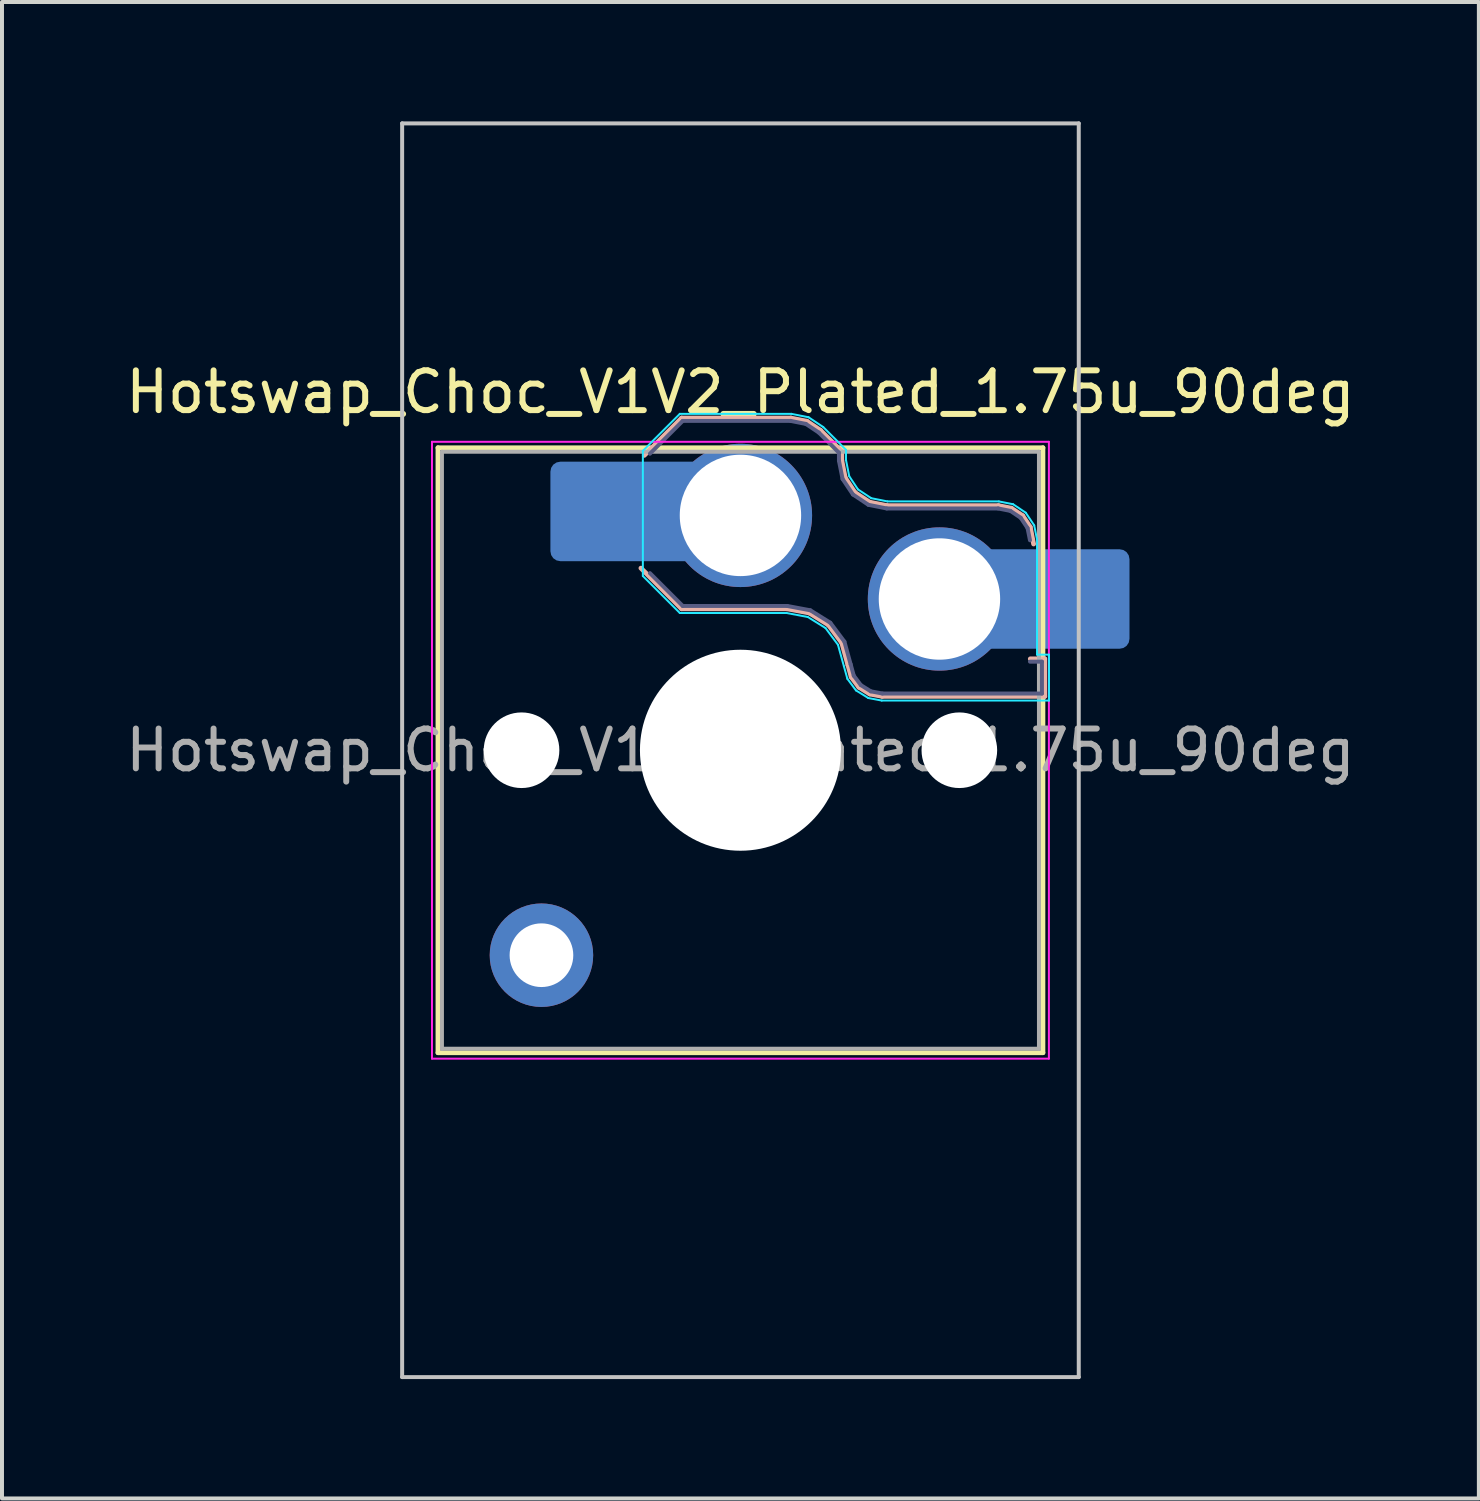
<source format=kicad_pcb>
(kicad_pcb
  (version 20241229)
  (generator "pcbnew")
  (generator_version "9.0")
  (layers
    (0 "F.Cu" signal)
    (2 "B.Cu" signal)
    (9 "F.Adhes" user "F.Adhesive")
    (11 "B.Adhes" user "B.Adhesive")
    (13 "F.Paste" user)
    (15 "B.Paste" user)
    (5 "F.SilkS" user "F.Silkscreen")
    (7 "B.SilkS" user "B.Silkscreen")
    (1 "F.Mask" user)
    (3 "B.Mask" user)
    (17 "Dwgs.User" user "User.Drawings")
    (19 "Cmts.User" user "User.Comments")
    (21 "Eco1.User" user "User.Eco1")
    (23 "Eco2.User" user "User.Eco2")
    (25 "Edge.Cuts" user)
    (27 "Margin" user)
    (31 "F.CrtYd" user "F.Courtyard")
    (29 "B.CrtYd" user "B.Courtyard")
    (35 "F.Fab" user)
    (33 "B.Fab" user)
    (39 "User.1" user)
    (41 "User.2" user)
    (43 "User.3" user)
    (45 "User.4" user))
  (footprint "Hotswap_Choc_V1V2_Plated_1.75u_90deg"
    (layer "F.Cu")
    (at 15.554 15.8)
    (property "Reference" "Hotswap_Choc_V1V2_Plated_1.75u_90deg" (at 0 -9 0) (layer "F.SilkS") (effects (font (size 1 1) (thickness 0.15))))
    (attr smd)
    (fp_line (start -7.6 -7.6) (end -7.6 7.6) (stroke (width 0.12) (type solid)) (layer "F.SilkS"))
    (fp_line (start -7.6 7.6) (end 7.6 7.6) (stroke (width 0.12) (type solid)) (layer "F.SilkS"))
    (fp_line (start 7.6 -7.6) (end -7.6 -7.6) (stroke (width 0.12) (type solid)) (layer "F.SilkS"))
    (fp_line (start 7.6 7.6) (end 7.6 -7.6) (stroke (width 0.12) (type solid)) (layer "F.SilkS"))
    (fp_line (start -2.416 -7.409) (end -1.479 -8.346) (stroke (width 0.12) (type solid)) (layer "B.SilkS"))
    (fp_line (start -1.479 -8.346) (end 1.268 -8.346) (stroke (width 0.12) (type solid)) (layer "B.SilkS"))
    (fp_line (start -1.479 -3.554) (end -2.5 -4.575) (stroke (width 0.12) (type solid)) (layer "B.SilkS"))
    (fp_line (start 1.168 -3.554) (end -1.479 -3.554) (stroke (width 0.12) (type solid)) (layer "B.SilkS"))
    (fp_line (start 1.268 -8.346) (end 1.671 -8.266) (stroke (width 0.12) (type solid)) (layer "B.SilkS"))
    (fp_line (start 1.671 -8.266) (end 2.013 -8.037) (stroke (width 0.12) (type solid)) (layer "B.SilkS"))
    (fp_line (start 1.73 -3.449) (end 1.168 -3.554) (stroke (width 0.12) (type solid)) (layer "B.SilkS"))
    (fp_line (start 2.013 -8.037) (end 2.546 -7.504) (stroke (width 0.12) (type solid)) (layer "B.SilkS"))
    (fp_line (start 2.209 -3.15) (end 1.73 -3.449) (stroke (width 0.12) (type solid)) (layer "B.SilkS"))
    (fp_line (start 2.546 -7.504) (end 2.546 -7.282) (stroke (width 0.12) (type solid)) (layer "B.SilkS"))
    (fp_line (start 2.546 -7.282) (end 2.633 -6.844) (stroke (width 0.12) (type solid)) (layer "B.SilkS"))
    (fp_line (start 2.547 -2.697) (end 2.209 -3.15) (stroke (width 0.12) (type solid)) (layer "B.SilkS"))
    (fp_line (start 2.633 -6.844) (end 2.877 -6.477) (stroke (width 0.12) (type solid)) (layer "B.SilkS"))
    (fp_line (start 2.701 -2.139) (end 2.547 -2.697) (stroke (width 0.12) (type solid)) (layer "B.SilkS"))
    (fp_line (start 2.783 -1.841) (end 2.701 -2.139) (stroke (width 0.12) (type solid)) (layer "B.SilkS"))
    (fp_line (start 2.877 -6.477) (end 3.244 -6.233) (stroke (width 0.12) (type solid)) (layer "B.SilkS"))
    (fp_line (start 2.976 -1.583) (end 2.783 -1.841) (stroke (width 0.12) (type solid)) (layer "B.SilkS"))
    (fp_line (start 3.244 -6.233) (end 3.682 -6.146) (stroke (width 0.12) (type solid)) (layer "B.SilkS"))
    (fp_line (start 3.25 -1.413) (end 2.976 -1.583) (stroke (width 0.12) (type solid)) (layer "B.SilkS"))
    (fp_line (start 3.56 -1.354) (end 3.25 -1.413) (stroke (width 0.12) (type solid)) (layer "B.SilkS"))
    (fp_line (start 3.682 -6.146) (end 6.482 -6.146) (stroke (width 0.12) (type solid)) (layer "B.SilkS"))
    (fp_line (start 6.482 -6.146) (end 6.809 -6.081) (stroke (width 0.12) (type solid)) (layer "B.SilkS"))
    (fp_line (start 6.809 -6.081) (end 7.092 -5.892) (stroke (width 0.12) (type solid)) (layer "B.SilkS"))
    (fp_line (start 7.092 -5.892) (end 7.281 -5.609) (stroke (width 0.12) (type solid)) (layer "B.SilkS"))
    (fp_line (start 7.281 -5.609) (end 7.366 -5.182) (stroke (width 0.12) (type solid)) (layer "B.SilkS"))
    (fp_line (start 7.283 -2.296) (end 7.646 -2.296) (stroke (width 0.12) (type solid)) (layer "B.SilkS"))
    (fp_line (start 7.646 -2.296) (end 7.646 -1.354) (stroke (width 0.12) (type solid)) (layer "B.SilkS"))
    (fp_line (start 7.646 -1.354) (end 3.56 -1.354) (stroke (width 0.12) (type solid)) (layer "B.SilkS"))
    (fp_line (start -8.5 -15.75) (end 8.5 -15.75) (stroke (width 0.1) (type solid)) (layer "Dwgs.User"))
    (fp_line (start -8.5 15.75) (end -8.5 -15.75) (stroke (width 0.1) (type solid)) (layer "Dwgs.User"))
    (fp_line (start 8.5 -15.75) (end 8.5 15.75) (stroke (width 0.1) (type solid)) (layer "Dwgs.User"))
    (fp_line (start 8.5 15.75) (end -8.5 15.75) (stroke (width 0.1) (type solid)) (layer "Dwgs.User"))
    (fp_line (start -7.25 -7.25) (end -7.25 7.25) (stroke (width 0.1) (type solid)) (layer "Eco1.User"))
    (fp_line (start -7.25 7.25) (end 7.25 7.25) (stroke (width 0.1) (type solid)) (layer "Eco1.User"))
    (fp_line (start 7.25 -7.25) (end -7.25 -7.25) (stroke (width 0.1) (type solid)) (layer "Eco1.User"))
    (fp_line (start 7.25 7.25) (end 7.25 -7.25) (stroke (width 0.1) (type solid)) (layer "Eco1.User"))
    (fp_line (start -2.452 -7.523) (end -1.523 -8.452) (stroke (width 0.05) (type solid)) (layer "B.CrtYd"))
    (fp_line (start -2.452 -4.377) (end -2.452 -7.523) (stroke (width 0.05) (type solid)) (layer "B.CrtYd"))
    (fp_line (start -1.523 -8.452) (end 1.278 -8.452) (stroke (width 0.05) (type solid)) (layer "B.CrtYd"))
    (fp_line (start -1.523 -3.448) (end -2.452 -4.377) (stroke (width 0.05) (type solid)) (layer "B.CrtYd"))
    (fp_line (start 1.159 -3.448) (end -1.523 -3.448) (stroke (width 0.05) (type solid)) (layer "B.CrtYd"))
    (fp_line (start 1.278 -8.452) (end 1.712 -8.366) (stroke (width 0.05) (type solid)) (layer "B.CrtYd"))
    (fp_line (start 1.691 -3.348) (end 1.159 -3.448) (stroke (width 0.05) (type solid)) (layer "B.CrtYd"))
    (fp_line (start 1.712 -8.366) (end 2.081 -8.119) (stroke (width 0.05) (type solid)) (layer "B.CrtYd"))
    (fp_line (start 2.081 -8.119) (end 2.652 -7.548) (stroke (width 0.05) (type solid)) (layer "B.CrtYd"))
    (fp_line (start 2.136 -3.071) (end 1.691 -3.348) (stroke (width 0.05) (type solid)) (layer "B.CrtYd"))
    (fp_line (start 2.45 -2.65) (end 2.136 -3.071) (stroke (width 0.05) (type solid)) (layer "B.CrtYd"))
    (fp_line (start 2.599 -2.111) (end 2.45 -2.65) (stroke (width 0.05) (type solid)) (layer "B.CrtYd"))
    (fp_line (start 2.652 -7.548) (end 2.652 -7.292) (stroke (width 0.05) (type solid)) (layer "B.CrtYd"))
    (fp_line (start 2.652 -7.292) (end 2.733 -6.885) (stroke (width 0.05) (type solid)) (layer "B.CrtYd"))
    (fp_line (start 2.687 -1.794) (end 2.599 -2.111) (stroke (width 0.05) (type solid)) (layer "B.CrtYd"))
    (fp_line (start 2.733 -6.885) (end 2.953 -6.553) (stroke (width 0.05) (type solid)) (layer "B.CrtYd"))
    (fp_line (start 2.903 -1.503) (end 2.687 -1.794) (stroke (width 0.05) (type solid)) (layer "B.CrtYd"))
    (fp_line (start 2.953 -6.553) (end 3.285 -6.333) (stroke (width 0.05) (type solid)) (layer "B.CrtYd"))
    (fp_line (start 3.211 -1.312) (end 2.903 -1.503) (stroke (width 0.05) (type solid)) (layer "B.CrtYd"))
    (fp_line (start 3.285 -6.333) (end 3.692 -6.252) (stroke (width 0.05) (type solid)) (layer "B.CrtYd"))
    (fp_line (start 3.55 -1.248) (end 3.211 -1.312) (stroke (width 0.05) (type solid)) (layer "B.CrtYd"))
    (fp_line (start 3.692 -6.252) (end 6.492 -6.252) (stroke (width 0.05) (type solid)) (layer "B.CrtYd"))
    (fp_line (start 6.492 -6.252) (end 6.85 -6.181) (stroke (width 0.05) (type solid)) (layer "B.CrtYd"))
    (fp_line (start 6.85 -6.181) (end 7.168 -5.968) (stroke (width 0.05) (type solid)) (layer "B.CrtYd"))
    (fp_line (start 7.168 -5.968) (end 7.381 -5.65) (stroke (width 0.05) (type solid)) (layer "B.CrtYd"))
    (fp_line (start 7.381 -5.65) (end 7.452 -5.292) (stroke (width 0.05) (type solid)) (layer "B.CrtYd"))
    (fp_line (start 7.452 -5.292) (end 7.452 -2.402) (stroke (width 0.05) (type solid)) (layer "B.CrtYd"))
    (fp_line (start 7.452 -2.402) (end 7.752 -2.402) (stroke (width 0.05) (type solid)) (layer "B.CrtYd"))
    (fp_line (start 7.752 -2.402) (end 7.752 -1.248) (stroke (width 0.05) (type solid)) (layer "B.CrtYd"))
    (fp_line (start 7.752 -1.248) (end 3.55 -1.248) (stroke (width 0.05) (type solid)) (layer "B.CrtYd"))
    (fp_line (start -7.75 -7.75) (end -7.75 7.75) (stroke (width 0.05) (type solid)) (layer "F.CrtYd"))
    (fp_line (start -7.75 7.75) (end 7.75 7.75) (stroke (width 0.05) (type solid)) (layer "F.CrtYd"))
    (fp_line (start 7.75 -7.75) (end -7.75 -7.75) (stroke (width 0.05) (type solid)) (layer "F.CrtYd"))
    (fp_line (start 7.75 7.75) (end 7.75 -7.75) (stroke (width 0.05) (type solid)) (layer "F.CrtYd"))
    (fp_line (start -2.275 -7.45) (end -1.45 -8.275) (stroke (width 0.1) (type solid)) (layer "B.Fab"))
    (fp_line (start -1.45 -8.275) (end 1.261 -8.275) (stroke (width 0.1) (type solid)) (layer "B.Fab"))
    (fp_line (start -1.45 -3.625) (end -2.275 -4.45) (stroke (width 0.1) (type solid)) (layer "B.Fab"))
    (fp_line (start 1.175 -3.625) (end -1.45 -3.625) (stroke (width 0.1) (type solid)) (layer "B.Fab"))
    (fp_line (start 1.261 -8.275) (end 1.643 -8.199) (stroke (width 0.1) (type solid)) (layer "B.Fab"))
    (fp_line (start 1.643 -8.199) (end 1.968 -7.982) (stroke (width 0.1) (type solid)) (layer "B.Fab"))
    (fp_line (start 1.756 -3.516) (end 1.175 -3.625) (stroke (width 0.1) (type solid)) (layer "B.Fab"))
    (fp_line (start 1.968 -7.982) (end 2.475 -7.475) (stroke (width 0.1) (type solid)) (layer "B.Fab"))
    (fp_line (start 2.258 -3.203) (end 1.756 -3.516) (stroke (width 0.1) (type solid)) (layer "B.Fab"))
    (fp_line (start 2.475 -7.475) (end 2.475 -7.275) (stroke (width 0.1) (type solid)) (layer "B.Fab"))
    (fp_line (start 2.475 -7.275) (end 2.566 -6.816) (stroke (width 0.1) (type solid)) (layer "B.Fab"))
    (fp_line (start 2.566 -6.816) (end 2.826 -6.426) (stroke (width 0.1) (type solid)) (layer "B.Fab"))
    (fp_line (start 2.612 -2.729) (end 2.258 -3.203) (stroke (width 0.1) (type solid)) (layer "B.Fab"))
    (fp_line (start 2.769 -2.158) (end 2.612 -2.729) (stroke (width 0.1) (type solid)) (layer "B.Fab"))
    (fp_line (start 2.826 -6.426) (end 3.216 -6.166) (stroke (width 0.1) (type solid)) (layer "B.Fab"))
    (fp_line (start 2.848 -1.873) (end 2.769 -2.158) (stroke (width 0.1) (type solid)) (layer "B.Fab"))
    (fp_line (start 3.025 -1.636) (end 2.848 -1.873) (stroke (width 0.1) (type solid)) (layer "B.Fab"))
    (fp_line (start 3.216 -6.166) (end 3.675 -6.075) (stroke (width 0.1) (type solid)) (layer "B.Fab"))
    (fp_line (start 3.276 -1.48) (end 3.025 -1.636) (stroke (width 0.1) (type solid)) (layer "B.Fab"))
    (fp_line (start 3.567 -1.425) (end 3.276 -1.48) (stroke (width 0.1) (type solid)) (layer "B.Fab"))
    (fp_line (start 3.675 -6.075) (end 6.475 -6.075) (stroke (width 0.1) (type solid)) (layer "B.Fab"))
    (fp_line (start 6.475 -6.075) (end 6.781 -6.014) (stroke (width 0.1) (type solid)) (layer "B.Fab"))
    (fp_line (start 6.781 -6.014) (end 7.041 -5.841) (stroke (width 0.1) (type solid)) (layer "B.Fab"))
    (fp_line (start 7.041 -5.841) (end 7.214 -5.581) (stroke (width 0.1) (type solid)) (layer "B.Fab"))
    (fp_line (start 7.214 -5.581) (end 7.275 -5.275) (stroke (width 0.1) (type solid)) (layer "B.Fab"))
    (fp_line (start 7.275 -2.225) (end 7.575 -2.225) (stroke (width 0.1) (type solid)) (layer "B.Fab"))
    (fp_line (start 7.575 -2.225) (end 7.575 -1.425) (stroke (width 0.1) (type solid)) (layer "B.Fab"))
    (fp_line (start 7.575 -1.425) (end 3.567 -1.425) (stroke (width 0.1) (type solid)) (layer "B.Fab"))
    (fp_line (start -7.5 -7.5) (end -7.5 7.5) (stroke (width 0.1) (type solid)) (layer "F.Fab"))
    (fp_line (start -7.5 7.5) (end 7.5 7.5) (stroke (width 0.1) (type solid)) (layer "F.Fab"))
    (fp_line (start 7.5 -7.5) (end -7.5 -7.5) (stroke (width 0.1) (type solid)) (layer "F.Fab"))
    (fp_line (start 7.5 7.5) (end 7.5 -7.5) (stroke (width 0.1) (type solid)) (layer "F.Fab"))
    (fp_text user "${REFERENCE}" (at 0 0 0) (layer "F.Fab") (effects (font (size 1 1) (thickness 0.15))))
    (pad "" np_thru_hole circle (at -5.5 0) (size 1.9 1.9) (drill 1.9) (layers "*.Cu" "*.Mask"))
    (pad "" thru_hole circle (at -5 5.15) (size 2.6 2.6) (drill 1.6) (layers "*.Cu" "*.Mask"))
    (pad "" smd roundrect (at -3.5 -6) (size 2.55 2.5) (layers "B.Mask" "B.Paste") (roundrect_rratio 0.1))
    (pad "" np_thru_hole circle (at 0 0) (size 5.05 5.05) (drill 5.05) (layers "*.Cu" "*.Mask"))
    (pad "" np_thru_hole circle (at 5.5 0) (size 1.9 1.9) (drill 1.9) (layers "*.Cu" "*.Mask"))
    (pad "" smd roundrect (at 8.5 -3.8) (size 2.55 2.5) (layers "B.Mask" "B.Paste") (roundrect_rratio 0.1))
    (pad "1" smd roundrect (at -2.85 -6) (size 3.85 2.5) (layers "B.Cu") (roundrect_rratio 0.1))
    (pad "1" thru_hole circle (at 0 -5.9) (size 3.6 3.6) (drill 3.05) (layers "*.Cu" "*.Mask"))
    (pad "2" thru_hole circle (at 5 -3.8) (size 3.6 3.6) (drill 3.05) (layers "*.Cu" "*.Mask"))
    (pad "2" smd roundrect (at 7.85 -3.8) (size 3.85 2.5) (layers "B.Cu") (roundrect_rratio 0.1)))
  (gr_rect
    (start -3 -3)
    (end 34.107 34.6)
    (stroke (width 0.1) (type default))
    (fill no)
    (layer "Edge.Cuts")))
</source>
